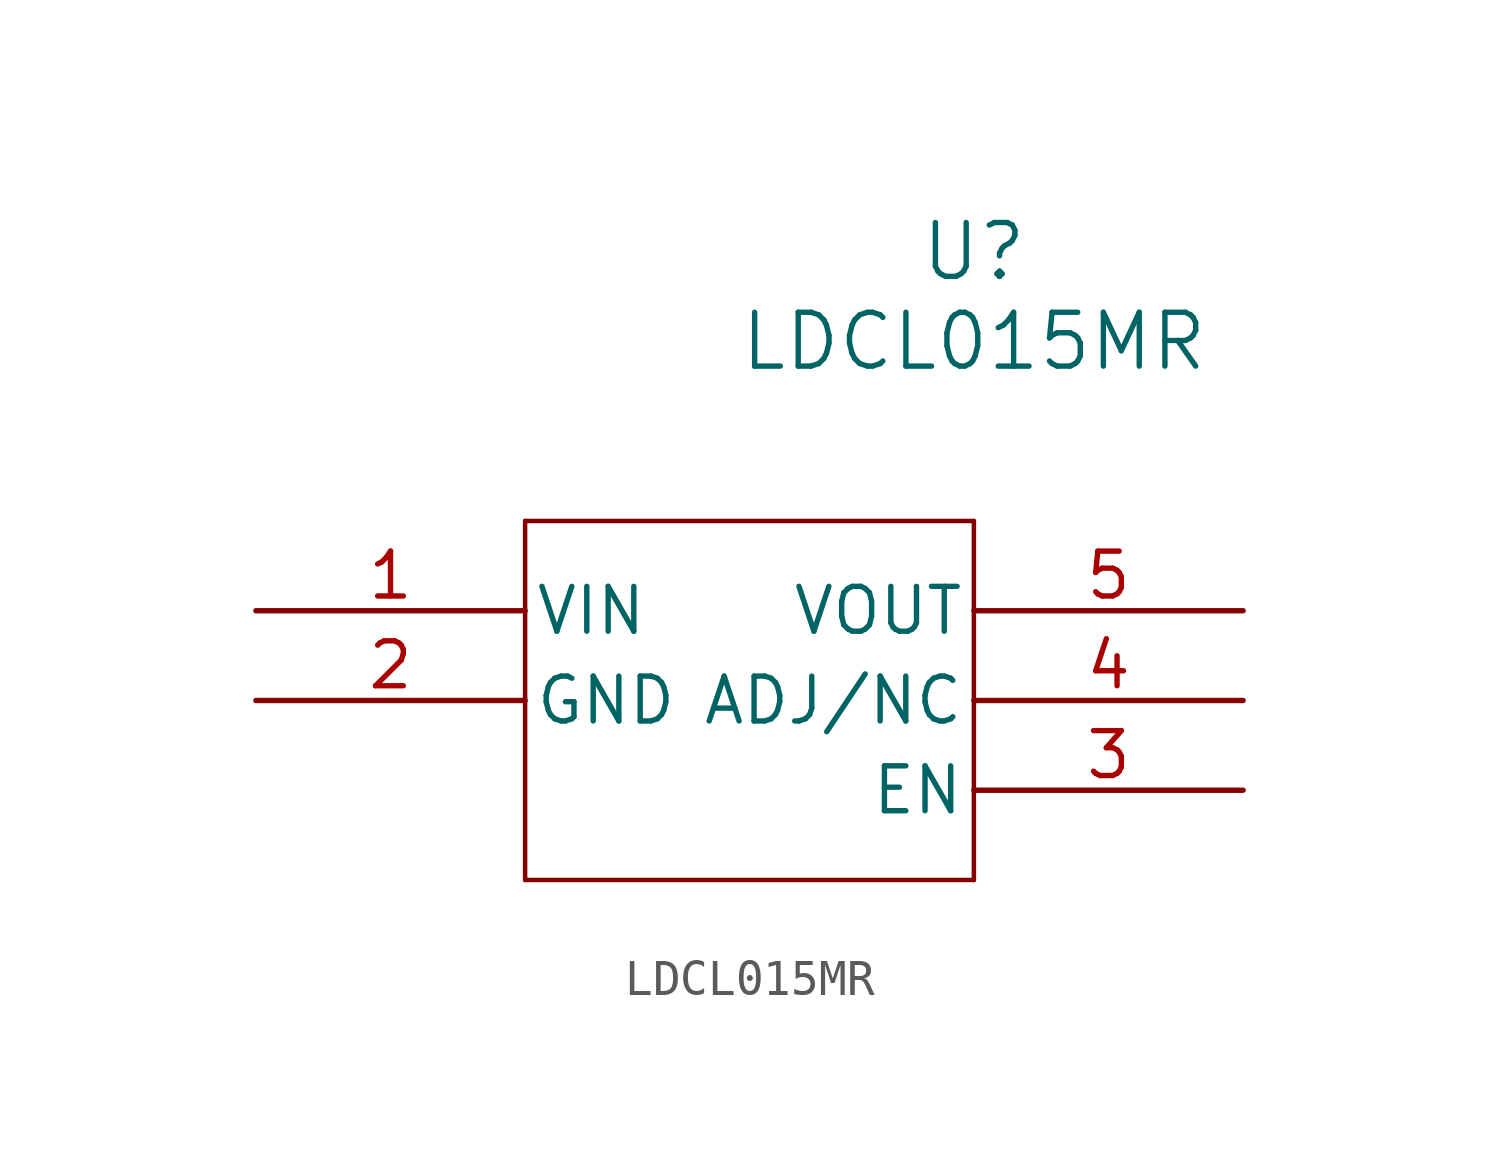
<source format=kicad_sym>
(kicad_symbol_lib
  (version 20220914)
  (generator kicad_symbol_editor)
  (symbol "LDCL015MR"
    (pin_names
      (offset 0.254))
    (property "Reference" "U"
      (at 20.32 10.16 0)
      (effects (font (size 1.524 1.524))))
    (property "Value" "LDCL015MR"
      (at 20.32 7.62 0)
      (effects (font (size 1.524 1.524))))
    (property "ki_locked" ""
      (at 0 0 0)
      (effects (font (size 1.27 1.27))))
    (symbol "LDCL015MR_0_1"
      (polyline (pts (xy 7.62 -7.62) (xy 20.32 -7.62)) (stroke (width 0.127) (type default)) (fill (type none)))
      (polyline (pts (xy 7.62 2.54) (xy 7.62 -7.62)) (stroke (width 0.127) (type default)) (fill (type none)))
      (polyline (pts (xy 20.32 -7.62) (xy 20.32 2.54)) (stroke (width 0.127) (type default)) (fill (type none)))
      (polyline (pts (xy 20.32 2.54) (xy 7.62 2.54)) (stroke (width 0.127) (type default)) (fill (type none)))
      (pin input line (at 0 0 0) (length 7.62) (name "VIN" (effects (font (size 1.27 1.27)))) (number "1" (effects (font (size 1.27 1.27)))))
      (pin power_out line (at 0 -2.54 0) (length 7.62) (name "GND" (effects (font (size 1.27 1.27)))) (number "2" (effects (font (size 1.27 1.27)))))
      (pin input line (at 27.94 -5.08 180) (length 7.62) (name "EN" (effects (font (size 1.27 1.27)))) (number "3" (effects (font (size 1.27 1.27)))))
      (pin unspecified line (at 27.94 -2.54 180) (length 7.62) (name "ADJ/NC" (effects (font (size 1.27 1.27)))) (number "4" (effects (font (size 1.27 1.27)))))
      (pin output line (at 27.94 0 180) (length 7.62) (name "VOUT" (effects (font (size 1.27 1.27)))) (number "5" (effects (font (size 1.27 1.27))))))))
</source>
